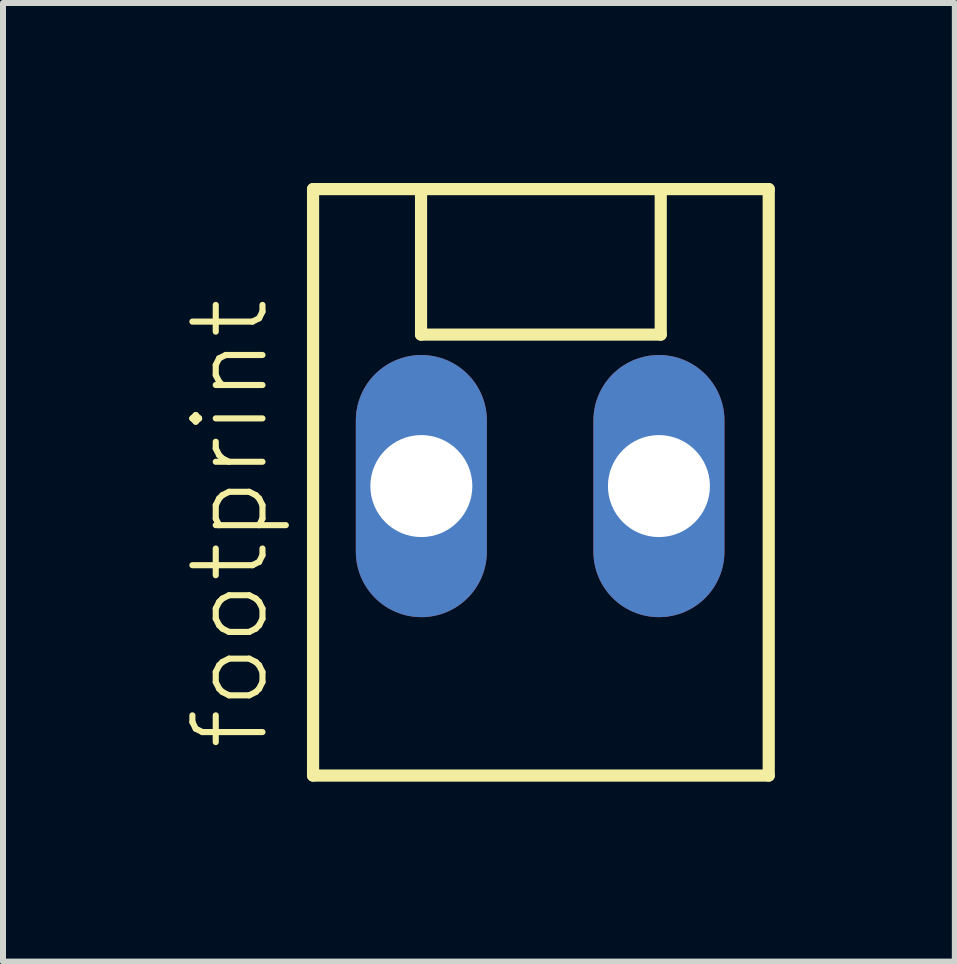
<source format=kicad_pcb>
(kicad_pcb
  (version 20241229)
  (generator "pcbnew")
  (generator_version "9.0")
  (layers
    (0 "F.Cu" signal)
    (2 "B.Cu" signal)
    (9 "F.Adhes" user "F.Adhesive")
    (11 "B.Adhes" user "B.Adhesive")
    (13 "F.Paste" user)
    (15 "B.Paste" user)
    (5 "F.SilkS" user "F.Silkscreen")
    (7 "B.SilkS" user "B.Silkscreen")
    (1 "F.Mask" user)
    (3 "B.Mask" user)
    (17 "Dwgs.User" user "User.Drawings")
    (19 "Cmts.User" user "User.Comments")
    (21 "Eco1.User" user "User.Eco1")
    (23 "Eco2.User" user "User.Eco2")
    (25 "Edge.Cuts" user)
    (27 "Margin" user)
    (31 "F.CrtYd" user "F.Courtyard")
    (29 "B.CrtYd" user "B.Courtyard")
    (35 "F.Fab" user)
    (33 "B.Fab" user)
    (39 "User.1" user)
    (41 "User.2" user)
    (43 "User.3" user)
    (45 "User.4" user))
  (footprint "footprint"
    (layer "F.Cu")
    (at 5.953 5.052)
    (property "Reference" "footprint" (at -4.48 4.445 90) (layer "F.SilkS") (effects (font (size 1.168 1.168) (thickness 0.102)) (justify left bottom)))
    (fp_line (start -3.785 -4.95) (end -3.785 4.825) (stroke (width 0.203) (type solid)) (layer "F.SilkS"))
    (fp_line (start -3.785 4.825) (end 3.81 4.825) (stroke (width 0.203) (type solid)) (layer "F.SilkS"))
    (fp_line (start -1.985 -4.95) (end -3.785 -4.95) (stroke (width 0.203) (type solid)) (layer "F.SilkS"))
    (fp_line (start -1.985 -2.525) (end -1.985 -4.95) (stroke (width 0.203) (type solid)) (layer "F.SilkS"))
    (fp_line (start -1.985 -2.525) (end 2.01 -2.525) (stroke (width 0.203) (type solid)) (layer "F.SilkS"))
    (fp_line (start 2.01 -4.95) (end -1.985 -4.95) (stroke (width 0.203) (type solid)) (layer "F.SilkS"))
    (fp_line (start 2.01 -2.525) (end 2.01 -4.95) (stroke (width 0.203) (type solid)) (layer "F.SilkS"))
    (fp_line (start 3.81 -4.95) (end 2.01 -4.95) (stroke (width 0.203) (type solid)) (layer "F.SilkS"))
    (fp_line (start 3.81 4.825) (end 3.81 -4.95) (stroke (width 0.203) (type solid)) (layer "F.SilkS"))
    (pad "1" thru_hole oval (at -1.98 0 90) (size 4.369 2.184) (drill 1.7) (layers "*.Cu" "*.Mask"))
    (pad "2" thru_hole oval (at 1.98 0 90) (size 4.369 2.184) (drill 1.7) (layers "*.Cu" "*.Mask")))
  (gr_rect
    (start -3 -3)
    (end 12.865 12.978)
    (stroke (width 0.1) (type default))
    (fill no)
    (layer "Edge.Cuts")))
</source>
